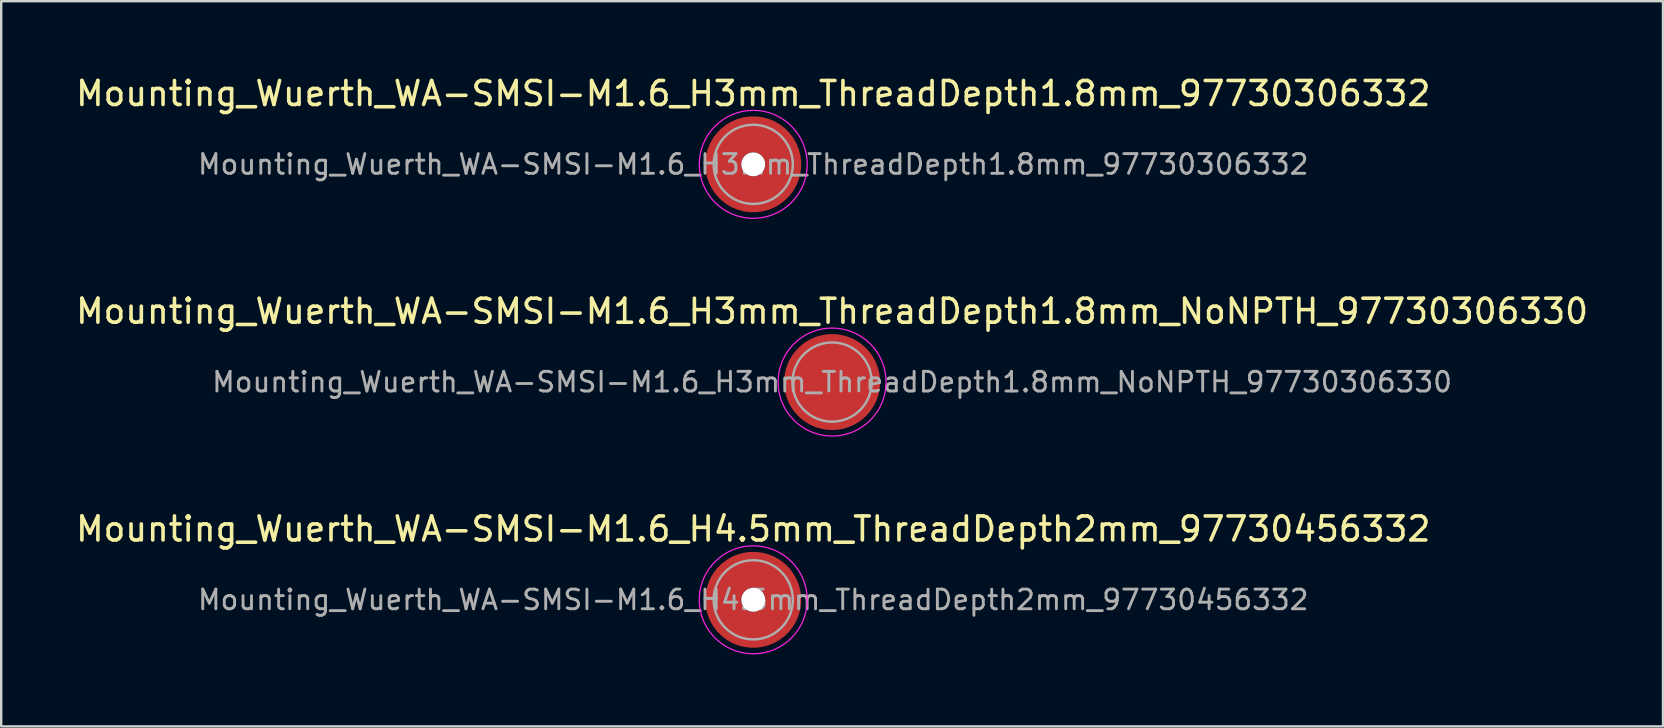
<source format=kicad_pcb>
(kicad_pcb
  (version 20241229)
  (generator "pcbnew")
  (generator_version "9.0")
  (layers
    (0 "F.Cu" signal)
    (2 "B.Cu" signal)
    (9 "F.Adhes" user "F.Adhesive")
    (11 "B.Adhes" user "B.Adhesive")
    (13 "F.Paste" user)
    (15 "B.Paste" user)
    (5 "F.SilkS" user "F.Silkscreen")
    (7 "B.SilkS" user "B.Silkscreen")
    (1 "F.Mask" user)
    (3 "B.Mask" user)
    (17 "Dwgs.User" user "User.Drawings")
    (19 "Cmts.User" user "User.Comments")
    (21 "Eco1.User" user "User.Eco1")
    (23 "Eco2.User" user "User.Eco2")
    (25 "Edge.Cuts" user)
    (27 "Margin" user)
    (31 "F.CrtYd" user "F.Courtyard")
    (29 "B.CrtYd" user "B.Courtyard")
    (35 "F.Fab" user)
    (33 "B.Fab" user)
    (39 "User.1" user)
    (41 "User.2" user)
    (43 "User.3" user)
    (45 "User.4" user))
  (footprint "Mounting_Wuerth_WA-SMSI-M1.6_H3mm_ThreadDepth1.8mm_NoNPTH_97730306330"
    (layer "F.Cu")
    (at 31.625 12.871)
    (property "Reference" "Mounting_Wuerth_WA-SMSI-M1.6_H3mm_ThreadDepth1.8mm_NoNPTH_97730306330" (at 0 -2.95 0) (layer "F.SilkS") (effects (font (size 1 1) (thickness 0.15))))
    (attr smd)
    (fp_circle (center 0 0) (end 2.25 0) (stroke (width 0.05) (type solid)) (fill no) (layer "F.CrtYd"))
    (fp_circle (center 0 0) (end 1.65 0) (stroke (width 0.1) (type solid)) (fill no) (layer "F.Fab"))
    (fp_text user "${REFERENCE}" (at 0 0 0) (layer "F.Fab") (effects (font (size 0.82 0.82) (thickness 0.12))))
    (pad "" smd custom (at -0.778 -0.778) (size 1.2 1.2) (layers "F.Paste") (options (anchor circle)) (primitives (gr_arc (start 0.465568 0.527817) (mid 0.494887 0.495062) (end 0.527624 0.465723) (width 0.2)) (gr_arc (start 0.344805 0.527817) (mid 0.424264 0.424264) (end 0.527818 0.344805) (width 0.2)) (gr_arc (start 0.232382 0.527817) (mid 0.353364 0.353743) (end 0.527329 0.232606) (width 0.2)) (gr_arc (start 0.123983 0.527817) (mid 0.282626 0.28306) (end 0.527243 0.124203) (width 0.2)) (gr_arc (start 0.017883 0.527817) (mid 0.211737 0.212527) (end 0.526755 0.018233) (width 0.2)) (gr_arc (start -0.086763 0.527817) (mid 0.141173 0.14167) (end 0.527142 -0.086568) (width 0.2)) (gr_arc (start -0.190428 0.527817) (mid 0.070433 0.070988) (end 0.527057 -0.190232) (width 0.2)) (gr_arc (start -0.293397 0.527817) (mid -0.000182 0.000182) (end 0.527315 -0.29328) (width 0.2)) (gr_arc (start -0.395852 0.527817) (mid -0.071085 -0.070336) (end 0.526781 -0.395631) (width 0.2)) (gr_arc (start -0.497918 0.527817) (mid -0.141622 -0.141221) (end 0.52726 -0.497809) (width 0.2)) (gr_arc (start -0.59968 0.527817) (mid -0.212364 -0.2119) (end 0.527171 -0.599563) (width 0.2)) (gr_arc (start -0.701202 0.527817) (mid -0.282952 -0.282733) (end 0.527511 -0.70115) (width 0.2)) (gr_arc (start -0.802531 0.527817) (mid -0.353765 -0.353343) (end 0.527227 -0.802438) (width 0.2)) (gr_arc (start -0.9037 0.527817) (mid -0.425176 -0.423352) (end 0.525265 -0.903319) (width 0.2)) (gr_arc (start -1.004737 0.527817) (mid -0.49534 -0.49461) (end 0.526794 -1.004593) (width 0.2)) (gr_line (start 0.528 0.466) (end 0.528 -1.005) (width 0.2)) (gr_line (start 0.466 0.528) (end -1.005 0.528) (width 0.2))))
    (pad "" smd custom (at -0.778 0.778) (size 1.2 1.2) (layers "F.Paste") (options (anchor circle)) (primitives (gr_arc (start 0.527817 -0.465568) (mid 0.495062 -0.494887) (end 0.465723 -0.527624) (width 0.2)) (gr_arc (start 0.527817 -0.344805) (mid 0.424264 -0.424264) (end 0.344805 -0.527818) (width 0.2)) (gr_arc (start 0.527817 -0.232382) (mid 0.353743 -0.353364) (end 0.232606 -0.527329) (width 0.2)) (gr_arc (start 0.527817 -0.123983) (mid 0.28306 -0.282626) (end 0.124203 -0.527243) (width 0.2)) (gr_arc (start 0.527817 -0.017883) (mid 0.212527 -0.211737) (end 0.018233 -0.526755) (width 0.2)) (gr_arc (start 0.527817 0.086763) (mid 0.14167 -0.141173) (end -0.086568 -0.527142) (width 0.2)) (gr_arc (start 0.527817 0.190428) (mid 0.070988 -0.070433) (end -0.190232 -0.527057) (width 0.2)) (gr_arc (start 0.527817 0.293397) (mid 0.000182 0.000182) (end -0.29328 -0.527315) (width 0.2)) (gr_arc (start 0.527817 0.395852) (mid -0.070336 0.071085) (end -0.395631 -0.526781) (width 0.2)) (gr_arc (start 0.527817 0.497918) (mid -0.141221 0.141622) (end -0.497809 -0.52726) (width 0.2)) (gr_arc (start 0.527817 0.59968) (mid -0.2119 0.212364) (end -0.599563 -0.527171) (width 0.2)) (gr_arc (start 0.527817 0.701202) (mid -0.282733 0.282952) (end -0.70115 -0.527511) (width 0.2)) (gr_arc (start 0.527817 0.802531) (mid -0.353343 0.353765) (end -0.802438 -0.527227) (width 0.2)) (gr_arc (start 0.527817 0.9037) (mid -0.423352 0.425176) (end -0.903319 -0.525265) (width 0.2)) (gr_arc (start 0.527817 1.004737) (mid -0.49461 0.49534) (end -1.004593 -0.526794) (width 0.2)) (gr_line (start 0.466 -0.528) (end -1.005 -0.528) (width 0.2)) (gr_line (start 0.528 -0.466) (end 0.528 1.005) (width 0.2))))
    (pad "" smd custom (at 0.778 -0.778) (size 1.2 1.2) (layers "F.Paste") (options (anchor circle)) (primitives (gr_arc (start -0.527817 0.465568) (mid -0.495062 0.494887) (end -0.465723 0.527624) (width 0.2)) (gr_arc (start -0.527817 0.344805) (mid -0.424264 0.424264) (end -0.344805 0.527818) (width 0.2)) (gr_arc (start -0.527817 0.232382) (mid -0.353743 0.353364) (end -0.232606 0.527329) (width 0.2)) (gr_arc (start -0.527817 0.123983) (mid -0.28306 0.282626) (end -0.124203 0.527243) (width 0.2)) (gr_arc (start -0.527817 0.017883) (mid -0.212527 0.211737) (end -0.018233 0.526755) (width 0.2)) (gr_arc (start -0.527817 -0.086763) (mid -0.14167 0.141173) (end 0.086568 0.527142) (width 0.2)) (gr_arc (start -0.527817 -0.190428) (mid -0.070988 0.070433) (end 0.190232 0.527057) (width 0.2)) (gr_arc (start -0.527817 -0.293397) (mid -0.000182 -0.000182) (end 0.29328 0.527315) (width 0.2)) (gr_arc (start -0.527817 -0.395852) (mid 0.070336 -0.071085) (end 0.395631 0.526781) (width 0.2)) (gr_arc (start -0.527817 -0.497918) (mid 0.141221 -0.141622) (end 0.497809 0.52726) (width 0.2)) (gr_arc (start -0.527817 -0.59968) (mid 0.2119 -0.212364) (end 0.599563 0.527171) (width 0.2)) (gr_arc (start -0.527817 -0.701202) (mid 0.282733 -0.282952) (end 0.70115 0.527511) (width 0.2)) (gr_arc (start -0.527817 -0.802531) (mid 0.353343 -0.353765) (end 0.802438 0.527227) (width 0.2)) (gr_arc (start -0.527817 -0.9037) (mid 0.423352 -0.425176) (end 0.903319 0.525265) (width 0.2)) (gr_arc (start -0.527817 -1.004737) (mid 0.49461 -0.49534) (end 1.004593 0.526794) (width 0.2)) (gr_line (start -0.466 0.528) (end 1.005 0.528) (width 0.2)) (gr_line (start -0.528 0.466) (end -0.528 -1.005) (width 0.2))))
    (pad "" smd custom (at 0.778 0.778) (size 1.2 1.2) (layers "F.Paste") (options (anchor circle)) (primitives (gr_arc (start -0.465568 -0.527817) (mid -0.494887 -0.495062) (end -0.527624 -0.465723) (width 0.2)) (gr_arc (start -0.344805 -0.527817) (mid -0.424264 -0.424264) (end -0.527818 -0.344805) (width 0.2)) (gr_arc (start -0.232382 -0.527817) (mid -0.353364 -0.353743) (end -0.527329 -0.232606) (width 0.2)) (gr_arc (start -0.123983 -0.527817) (mid -0.282626 -0.28306) (end -0.527243 -0.124203) (width 0.2)) (gr_arc (start -0.017883 -0.527817) (mid -0.211737 -0.212527) (end -0.526755 -0.018233) (width 0.2)) (gr_arc (start 0.086763 -0.527817) (mid -0.141173 -0.14167) (end -0.527142 0.086568) (width 0.2)) (gr_arc (start 0.190428 -0.527817) (mid -0.070433 -0.070988) (end -0.527057 0.190232) (width 0.2)) (gr_arc (start 0.293397 -0.527817) (mid 0.000182 -0.000182) (end -0.527315 0.29328) (width 0.2)) (gr_arc (start 0.395852 -0.527817) (mid 0.071085 0.070336) (end -0.526781 0.395631) (width 0.2)) (gr_arc (start 0.497918 -0.527817) (mid 0.141622 0.141221) (end -0.52726 0.497809) (width 0.2)) (gr_arc (start 0.59968 -0.527817) (mid 0.212364 0.2119) (end -0.527171 0.599563) (width 0.2)) (gr_arc (start 0.701202 -0.527817) (mid 0.282952 0.282733) (end -0.527511 0.70115) (width 0.2)) (gr_arc (start 0.802531 -0.527817) (mid 0.353765 0.353343) (end -0.527227 0.802438) (width 0.2)) (gr_arc (start 0.9037 -0.527817) (mid 0.425176 0.423352) (end -0.525265 0.903319) (width 0.2)) (gr_arc (start 1.004737 -0.527817) (mid 0.49534 0.49461) (end -0.526794 1.004593) (width 0.2)) (gr_line (start -0.528 -0.466) (end -0.528 1.005) (width 0.2)) (gr_line (start -0.466 -0.528) (end 1.005 -0.528) (width 0.2))))
    (pad "1" smd circle (at 0 0) (size 4 4) (layers "F.Cu" "F.Mask")))
  (footprint "Mounting_Wuerth_WA-SMSI-M1.6_H3mm_ThreadDepth1.8mm_97730306332"
    (layer "F.Cu")
    (at 28.339 3.798)
    (property "Reference" "Mounting_Wuerth_WA-SMSI-M1.6_H3mm_ThreadDepth1.8mm_97730306332" (at 0 -2.95 0) (layer "F.SilkS") (effects (font (size 1 1) (thickness 0.15))))
    (attr smd)
    (fp_circle (center 0 0) (end 2.25 0) (stroke (width 0.05) (type solid)) (fill no) (layer "F.CrtYd"))
    (fp_circle (center 0 0) (end 1.65 0) (stroke (width 0.1) (type solid)) (fill no) (layer "F.Fab"))
    (fp_text user "${REFERENCE}" (at 0 0 0) (layer "F.Fab") (effects (font (size 0.82 0.82) (thickness 0.12))))
    (pad "" smd custom (at 0 -1.25) (size 0.9 0.9) (layers "F.Paste") (options (anchor circle)) (primitives (gr_arc (start -0.259808 0.6) (mid -0.00045 0.55) (end 0.258972 0.599667) (width 0.2)) (gr_arc (start -0.466369 0.6) (mid -0.000127 0.45) (end 0.466163 0.599852) (width 0.2)) (gr_arc (start -0.622495 0.6) (mid -0.000185 0.35) (end 0.622228 0.599745) (width 0.2)) (gr_arc (start -0.759934 0.6) (mid -0.000146 0.25) (end 0.759744 0.599777) (width 0.2)) (gr_arc (start -0.887412 0.6) (mid -0.000546 0.15) (end 0.886766 0.599119) (width 0.2)) (gr_arc (start -1.008712 0.6) (mid -0.000059 0.05) (end 1.008648 0.5999) (width 0.2)) (gr_arc (start -1.125833 0.6) (mid -0.001134 -0.049999) (end 1.124697 0.598036) (width 0.2)) (gr_arc (start -1.23996 0.6) (mid -0.00088 -0.15) (end 1.239142 0.598442) (width 0.2)) (gr_arc (start -1.351851 0.6) (mid -0.000542 -0.25) (end 1.351381 0.599023) (width 0.2)) (gr_arc (start -1.462019 0.6) (mid -0.000852 -0.35) (end 1.461326 0.598443) (width 0.2)) (gr_arc (start -1.570828 0.6) (mid -0.000608 -0.45) (end 1.570363 0.598876) (width 0.2)) (gr_arc (start -1.678541 0.6) (mid -0.000991 -0.55) (end 1.677824 0.598152) (width 0.2)) (gr_line (start 0.26 0.6) (end 1.679 0.6) (width 0.2)) (gr_line (start -0.26 0.6) (end -1.679 0.6) (width 0.2))))
    (pad "" np_thru_hole circle (at 0 0) (size 1 1) (drill 1) (layers "*.Cu" "*.Mask"))
    (pad "" smd custom (at 0 1.25) (size 0.9 0.9) (layers "F.Paste") (options (anchor circle)) (primitives (gr_arc (start 0.259808 -0.6) (mid 0.00045 -0.55) (end -0.258972 -0.599667) (width 0.2)) (gr_arc (start 0.466369 -0.6) (mid 0.000127 -0.45) (end -0.466163 -0.599852) (width 0.2)) (gr_arc (start 0.622495 -0.6) (mid 0.000185 -0.35) (end -0.622228 -0.599745) (width 0.2)) (gr_arc (start 0.759934 -0.6) (mid 0.000146 -0.25) (end -0.759744 -0.599777) (width 0.2)) (gr_arc (start 0.887412 -0.6) (mid 0.000546 -0.15) (end -0.886766 -0.599119) (width 0.2)) (gr_arc (start 1.008712 -0.6) (mid 0.000059 -0.05) (end -1.008648 -0.5999) (width 0.2)) (gr_arc (start 1.125833 -0.6) (mid 0.001134 0.049999) (end -1.124697 -0.598036) (width 0.2)) (gr_arc (start 1.23996 -0.6) (mid 0.00088 0.15) (end -1.239142 -0.598442) (width 0.2)) (gr_arc (start 1.351851 -0.6) (mid 0.000542 0.25) (end -1.351381 -0.599023) (width 0.2)) (gr_arc (start 1.462019 -0.6) (mid 0.000852 0.35) (end -1.461326 -0.598443) (width 0.2)) (gr_arc (start 1.570828 -0.6) (mid 0.000608 0.45) (end -1.570363 -0.598876) (width 0.2)) (gr_arc (start 1.678541 -0.6) (mid 0.000991 0.55) (end -1.677824 -0.598152) (width 0.2)) (gr_line (start -0.26 -0.6) (end -1.679 -0.6) (width 0.2)) (gr_line (start 0.26 -0.6) (end 1.679 -0.6) (width 0.2))))
    (pad "1" smd circle (at -1.25 0) (size 1.1 1.1) (layers "F.Cu"))
    (pad "1" smd circle (at 0 -1.25) (size 1.1 1.1) (layers "F.Cu"))
    (pad "1" smd circle (at 0 1.25) (size 1.1 1.1) (layers "F.Cu"))
    (pad "1" smd custom (at 1.25 0) (size 1.1 1.1) (layers "F.Cu" "F.Mask") (options (anchor circle)) (primitives (gr_circle (center -1.25 0) (end 0 0) (width 1.5) (fill no)))))
  (footprint "Mounting_Wuerth_WA-SMSI-M1.6_H4.5mm_ThreadDepth2mm_97730456332"
    (layer "F.Cu")
    (at 28.339 21.945)
    (property "Reference" "Mounting_Wuerth_WA-SMSI-M1.6_H4.5mm_ThreadDepth2mm_97730456332" (at 0 -2.95 0) (layer "F.SilkS") (effects (font (size 1 1) (thickness 0.15))))
    (attr smd)
    (fp_circle (center 0 0) (end 2.25 0) (stroke (width 0.05) (type solid)) (fill no) (layer "F.CrtYd"))
    (fp_circle (center 0 0) (end 1.65 0) (stroke (width 0.1) (type solid)) (fill no) (layer "F.Fab"))
    (fp_text user "${REFERENCE}" (at 0 0 0) (layer "F.Fab") (effects (font (size 0.82 0.82) (thickness 0.12))))
    (pad "" smd custom (at 0 -1.25) (size 0.9 0.9) (layers "F.Paste") (options (anchor circle)) (primitives (gr_arc (start -0.259808 0.6) (mid -0.00045 0.55) (end 0.258972 0.599667) (width 0.2)) (gr_arc (start -0.466369 0.6) (mid -0.000127 0.45) (end 0.466163 0.599852) (width 0.2)) (gr_arc (start -0.622495 0.6) (mid -0.000185 0.35) (end 0.622228 0.599745) (width 0.2)) (gr_arc (start -0.759934 0.6) (mid -0.000146 0.25) (end 0.759744 0.599777) (width 0.2)) (gr_arc (start -0.887412 0.6) (mid -0.000546 0.15) (end 0.886766 0.599119) (width 0.2)) (gr_arc (start -1.008712 0.6) (mid -0.000059 0.05) (end 1.008648 0.5999) (width 0.2)) (gr_arc (start -1.125833 0.6) (mid -0.001134 -0.049999) (end 1.124697 0.598036) (width 0.2)) (gr_arc (start -1.23996 0.6) (mid -0.00088 -0.15) (end 1.239142 0.598442) (width 0.2)) (gr_arc (start -1.351851 0.6) (mid -0.000542 -0.25) (end 1.351381 0.599023) (width 0.2)) (gr_arc (start -1.462019 0.6) (mid -0.000852 -0.35) (end 1.461326 0.598443) (width 0.2)) (gr_arc (start -1.570828 0.6) (mid -0.000608 -0.45) (end 1.570363 0.598876) (width 0.2)) (gr_arc (start -1.678541 0.6) (mid -0.000991 -0.55) (end 1.677824 0.598152) (width 0.2)) (gr_line (start 0.26 0.6) (end 1.679 0.6) (width 0.2)) (gr_line (start -0.26 0.6) (end -1.679 0.6) (width 0.2))))
    (pad "" np_thru_hole circle (at 0 0) (size 1 1) (drill 1) (layers "*.Cu" "*.Mask"))
    (pad "" smd custom (at 0 1.25) (size 0.9 0.9) (layers "F.Paste") (options (anchor circle)) (primitives (gr_arc (start 0.259808 -0.6) (mid 0.00045 -0.55) (end -0.258972 -0.599667) (width 0.2)) (gr_arc (start 0.466369 -0.6) (mid 0.000127 -0.45) (end -0.466163 -0.599852) (width 0.2)) (gr_arc (start 0.622495 -0.6) (mid 0.000185 -0.35) (end -0.622228 -0.599745) (width 0.2)) (gr_arc (start 0.759934 -0.6) (mid 0.000146 -0.25) (end -0.759744 -0.599777) (width 0.2)) (gr_arc (start 0.887412 -0.6) (mid 0.000546 -0.15) (end -0.886766 -0.599119) (width 0.2)) (gr_arc (start 1.008712 -0.6) (mid 0.000059 -0.05) (end -1.008648 -0.5999) (width 0.2)) (gr_arc (start 1.125833 -0.6) (mid 0.001134 0.049999) (end -1.124697 -0.598036) (width 0.2)) (gr_arc (start 1.23996 -0.6) (mid 0.00088 0.15) (end -1.239142 -0.598442) (width 0.2)) (gr_arc (start 1.351851 -0.6) (mid 0.000542 0.25) (end -1.351381 -0.599023) (width 0.2)) (gr_arc (start 1.462019 -0.6) (mid 0.000852 0.35) (end -1.461326 -0.598443) (width 0.2)) (gr_arc (start 1.570828 -0.6) (mid 0.000608 0.45) (end -1.570363 -0.598876) (width 0.2)) (gr_arc (start 1.678541 -0.6) (mid 0.000991 0.55) (end -1.677824 -0.598152) (width 0.2)) (gr_line (start -0.26 -0.6) (end -1.679 -0.6) (width 0.2)) (gr_line (start 0.26 -0.6) (end 1.679 -0.6) (width 0.2))))
    (pad "1" smd circle (at -1.25 0) (size 1.1 1.1) (layers "F.Cu"))
    (pad "1" smd circle (at 0 -1.25) (size 1.1 1.1) (layers "F.Cu"))
    (pad "1" smd circle (at 0 1.25) (size 1.1 1.1) (layers "F.Cu"))
    (pad "1" smd custom (at 1.25 0) (size 1.1 1.1) (layers "F.Cu" "F.Mask") (options (anchor circle)) (primitives (gr_circle (center -1.25 0) (end 0 0) (width 1.5) (fill no)))))
  (gr_rect
    (start -3 -3)
    (end 66.25 27.22)
    (stroke (width 0.1) (type default))
    (fill no)
    (layer "Edge.Cuts")))
</source>
